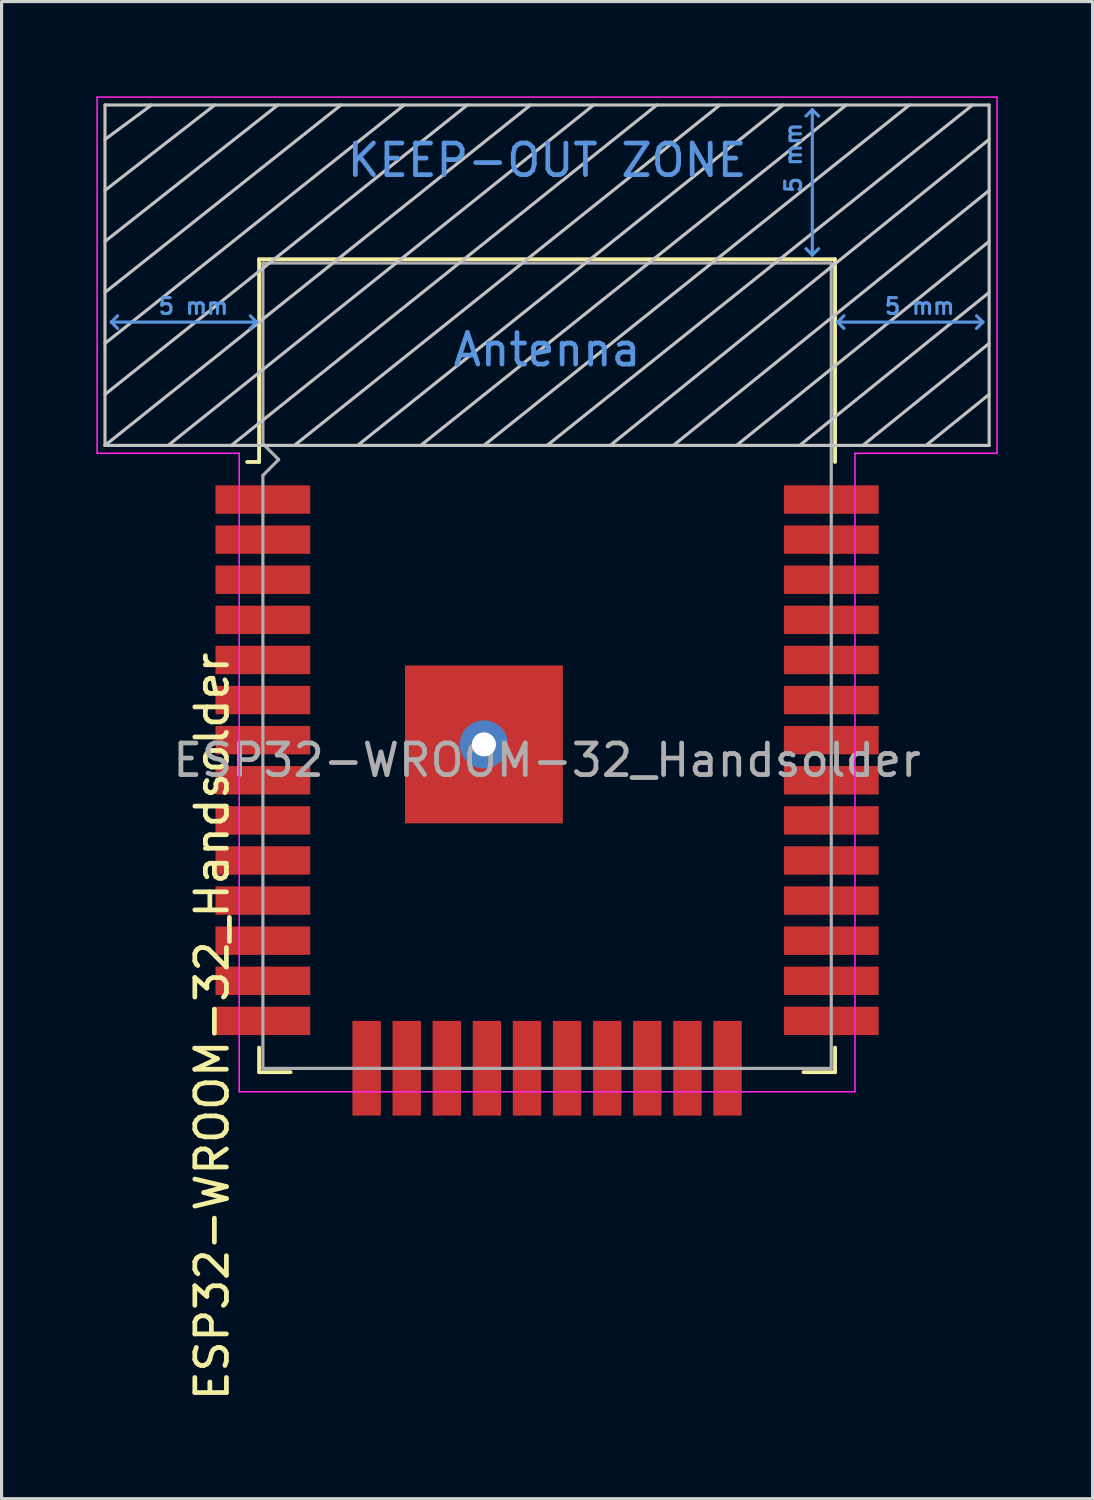
<source format=kicad_pcb>
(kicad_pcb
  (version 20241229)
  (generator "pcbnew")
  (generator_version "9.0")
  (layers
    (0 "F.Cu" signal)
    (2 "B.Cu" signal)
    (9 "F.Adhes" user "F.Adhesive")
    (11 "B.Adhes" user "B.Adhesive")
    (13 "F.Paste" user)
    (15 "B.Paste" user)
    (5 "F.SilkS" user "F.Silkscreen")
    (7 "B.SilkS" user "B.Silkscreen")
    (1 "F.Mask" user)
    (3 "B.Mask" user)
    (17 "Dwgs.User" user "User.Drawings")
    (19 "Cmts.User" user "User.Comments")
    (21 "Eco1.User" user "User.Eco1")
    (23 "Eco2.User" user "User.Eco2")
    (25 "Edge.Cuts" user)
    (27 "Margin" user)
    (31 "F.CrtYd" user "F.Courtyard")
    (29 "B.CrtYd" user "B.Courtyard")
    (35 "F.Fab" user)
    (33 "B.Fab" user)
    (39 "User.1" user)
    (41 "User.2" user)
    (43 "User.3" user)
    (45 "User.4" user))
  (footprint "ESP32-WROOM-32_Handsolder"
    (layer "F.Cu")
    (at 14.275 21.025)
    (property "Reference" "ESP32-WROOM-32_Handsolder" (at -10.61 8.43 90) (layer "F.SilkS") (effects (font (size 1 1) (thickness 0.15))))
    (attr smd)
    (fp_line (start -9.12 -15.865) (end -9.12 -9.445) (stroke (width 0.12) (type solid)) (layer "F.SilkS"))
    (fp_line (start -9.12 -15.865) (end 9.12 -15.865) (stroke (width 0.12) (type solid)) (layer "F.SilkS"))
    (fp_line (start -9.12 -9.445) (end -9.5 -9.445) (stroke (width 0.12) (type solid)) (layer "F.SilkS"))
    (fp_line (start -9.12 9.1) (end -9.12 9.88) (stroke (width 0.12) (type solid)) (layer "F.SilkS"))
    (fp_line (start -9.12 9.88) (end -8.12 9.88) (stroke (width 0.12) (type solid)) (layer "F.SilkS"))
    (fp_line (start 9.12 -15.865) (end 9.12 -9.445) (stroke (width 0.12) (type solid)) (layer "F.SilkS"))
    (fp_line (start 9.12 9.1) (end 9.12 9.88) (stroke (width 0.12) (type solid)) (layer "F.SilkS"))
    (fp_line (start 9.12 9.88) (end 8.12 9.88) (stroke (width 0.12) (type solid)) (layer "F.SilkS"))
    (fp_line (start -14 -9.97) (end -14 -20.75) (stroke (width 0.1) (type solid)) (layer "Dwgs.User"))
    (fp_line (start -12.525 -20.75) (end -14 -19.66) (stroke (width 0.1) (type solid)) (layer "Dwgs.User"))
    (fp_line (start -10.525 -20.75) (end -14 -18.045) (stroke (width 0.1) (type solid)) (layer "Dwgs.User"))
    (fp_line (start -8.525 -20.75) (end -14 -16.43) (stroke (width 0.1) (type solid)) (layer "Dwgs.User"))
    (fp_line (start -8 -9.97) (end 5.475 -20.75) (stroke (width 0.1) (type solid)) (layer "Dwgs.User"))
    (fp_line (start -6.525 -20.75) (end -14 -14.815) (stroke (width 0.1) (type solid)) (layer "Dwgs.User"))
    (fp_line (start -4.525 -20.75) (end -14 -13.2) (stroke (width 0.1) (type solid)) (layer "Dwgs.User"))
    (fp_line (start -2.525 -20.75) (end -14 -11.585) (stroke (width 0.1) (type solid)) (layer "Dwgs.User"))
    (fp_line (start -0.525 -20.75) (end -14 -9.97) (stroke (width 0.1) (type solid)) (layer "Dwgs.User"))
    (fp_line (start 1.475 -20.75) (end -12 -9.97) (stroke (width 0.1) (type solid)) (layer "Dwgs.User"))
    (fp_line (start 3.475 -20.75) (end -10 -9.97) (stroke (width 0.1) (type solid)) (layer "Dwgs.User"))
    (fp_line (start 7.475 -20.75) (end -6 -9.97) (stroke (width 0.1) (type solid)) (layer "Dwgs.User"))
    (fp_line (start 9.475 -20.75) (end -4 -9.97) (stroke (width 0.1) (type solid)) (layer "Dwgs.User"))
    (fp_line (start 11.475 -20.75) (end -2 -9.97) (stroke (width 0.1) (type solid)) (layer "Dwgs.User"))
    (fp_line (start 13.475 -20.75) (end 0 -9.97) (stroke (width 0.1) (type solid)) (layer "Dwgs.User"))
    (fp_line (start 14 -20.75) (end -14 -20.75) (stroke (width 0.1) (type solid)) (layer "Dwgs.User"))
    (fp_line (start 14 -19.66) (end 2 -9.97) (stroke (width 0.1) (type solid)) (layer "Dwgs.User"))
    (fp_line (start 14 -18.045) (end 4 -9.97) (stroke (width 0.1) (type solid)) (layer "Dwgs.User"))
    (fp_line (start 14 -16.43) (end 6 -9.97) (stroke (width 0.1) (type solid)) (layer "Dwgs.User"))
    (fp_line (start 14 -14.815) (end 8 -9.97) (stroke (width 0.1) (type solid)) (layer "Dwgs.User"))
    (fp_line (start 14 -13.2) (end 10 -9.97) (stroke (width 0.1) (type solid)) (layer "Dwgs.User"))
    (fp_line (start 14 -11.585) (end 12 -9.97) (stroke (width 0.1) (type solid)) (layer "Dwgs.User"))
    (fp_line (start 14 -9.97) (end -14 -9.97) (stroke (width 0.1) (type solid)) (layer "Dwgs.User"))
    (fp_line (start 14 -9.97) (end 14 -20.75) (stroke (width 0.1) (type solid)) (layer "Dwgs.User"))
    (fp_line (start -13.8 -13.875) (end -13.6 -14.075) (stroke (width 0.1) (type solid)) (layer "Cmts.User"))
    (fp_line (start -13.8 -13.875) (end -13.6 -13.675) (stroke (width 0.1) (type solid)) (layer "Cmts.User"))
    (fp_line (start -13.8 -13.875) (end -9.2 -13.875) (stroke (width 0.1) (type solid)) (layer "Cmts.User"))
    (fp_line (start -9.2 -13.875) (end -9.4 -14.075) (stroke (width 0.1) (type solid)) (layer "Cmts.User"))
    (fp_line (start -9.2 -13.875) (end -9.4 -13.675) (stroke (width 0.1) (type solid)) (layer "Cmts.User"))
    (fp_line (start 8.4 -20.6) (end 8.2 -20.4) (stroke (width 0.1) (type solid)) (layer "Cmts.User"))
    (fp_line (start 8.4 -20.6) (end 8.6 -20.4) (stroke (width 0.1) (type solid)) (layer "Cmts.User"))
    (fp_line (start 8.4 -16) (end 8.2 -16.2) (stroke (width 0.1) (type solid)) (layer "Cmts.User"))
    (fp_line (start 8.4 -16) (end 8.4 -20.6) (stroke (width 0.1) (type solid)) (layer "Cmts.User"))
    (fp_line (start 8.4 -16) (end 8.6 -16.2) (stroke (width 0.1) (type solid)) (layer "Cmts.User"))
    (fp_line (start 9.2 -13.875) (end 9.4 -14.075) (stroke (width 0.1) (type solid)) (layer "Cmts.User"))
    (fp_line (start 9.2 -13.875) (end 9.4 -13.675) (stroke (width 0.1) (type solid)) (layer "Cmts.User"))
    (fp_line (start 9.2 -13.875) (end 13.8 -13.875) (stroke (width 0.1) (type solid)) (layer "Cmts.User"))
    (fp_line (start 13.8 -13.875) (end 13.6 -14.075) (stroke (width 0.1) (type solid)) (layer "Cmts.User"))
    (fp_line (start 13.8 -13.875) (end 13.6 -13.675) (stroke (width 0.1) (type solid)) (layer "Cmts.User"))
    (fp_line (start -14.25 -21) (end -14.25 -9.72) (stroke (width 0.05) (type solid)) (layer "F.CrtYd"))
    (fp_line (start -14.25 -21) (end 14.25 -21) (stroke (width 0.05) (type solid)) (layer "F.CrtYd"))
    (fp_line (start -14.25 -9.72) (end -9.75 -9.72) (stroke (width 0.05) (type solid)) (layer "F.CrtYd"))
    (fp_line (start -9.75 10.5) (end -9.75 -9.72) (stroke (width 0.05) (type solid)) (layer "F.CrtYd"))
    (fp_line (start -9.75 10.5) (end 9.75 10.5) (stroke (width 0.05) (type solid)) (layer "F.CrtYd"))
    (fp_line (start 9.75 -9.72) (end 9.75 10.5) (stroke (width 0.05) (type solid)) (layer "F.CrtYd"))
    (fp_line (start 9.75 -9.72) (end 14.25 -9.72) (stroke (width 0.05) (type solid)) (layer "F.CrtYd"))
    (fp_line (start 14.25 -21) (end 14.25 -9.72) (stroke (width 0.05) (type solid)) (layer "F.CrtYd"))
    (fp_line (start -9 -15.745) (end -9 -10.02) (stroke (width 0.1) (type solid)) (layer "F.Fab"))
    (fp_line (start -9 -15.745) (end 9 -15.745) (stroke (width 0.1) (type solid)) (layer "F.Fab"))
    (fp_line (start -9 -9.02) (end -9 9.76) (stroke (width 0.1) (type solid)) (layer "F.Fab"))
    (fp_line (start -9 -9.02) (end -8.5 -9.52) (stroke (width 0.1) (type solid)) (layer "F.Fab"))
    (fp_line (start -9 9.76) (end 9 9.76) (stroke (width 0.1) (type solid)) (layer "F.Fab"))
    (fp_line (start -8.5 -9.52) (end -9 -10.02) (stroke (width 0.1) (type solid)) (layer "F.Fab"))
    (fp_line (start 9 9.76) (end 9 -15.745) (stroke (width 0.1) (type solid)) (layer "F.Fab"))
    (fp_text user "5 mm" (at -11.2 -14.375 0) (layer "Cmts.User") (effects (font (size 0.5 0.5) (thickness 0.1))))
    (fp_text user "Antenna" (at 0 -13 0) (layer "Cmts.User") (effects (font (size 1 1) (thickness 0.15))))
    (fp_text user "KEEP-OUT ZONE" (at 0 -19 0) (layer "Cmts.User") (effects (font (size 1 1) (thickness 0.15))))
    (fp_text user "5 mm" (at 7.8 -19.075 90) (layer "Cmts.User") (effects (font (size 0.5 0.5) (thickness 0.1))))
    (fp_text user "5 mm" (at 11.8 -14.375 0) (layer "Cmts.User") (effects (font (size 0.5 0.5) (thickness 0.1))))
    (fp_text user "${REFERENCE}" (at 0 0 0) (layer "F.Fab") (effects (font (size 1 1) (thickness 0.15))))
    (pad "" thru_hole circle (at -2 -0.5) (size 1.524 1.524) (drill 0.762) (layers "*.Cu" "*.Mask"))
    (pad "" smd rect (at -2 -0.5) (size 5 5) (layers "F.Cu" "F.Mask" "F.Paste"))
    (pad "1" smd rect (at -8.5 -8.255) (size 3 0.9) (drill (offset -0.5 0)) (layers "F.Cu" "F.Mask" "F.Paste"))
    (pad "2" smd rect (at -8.5 -6.985) (size 3 0.9) (drill (offset -0.5 0)) (layers "F.Cu" "F.Mask" "F.Paste"))
    (pad "3" smd rect (at -8.5 -5.715) (size 3 0.9) (drill (offset -0.5 0)) (layers "F.Cu" "F.Mask" "F.Paste"))
    (pad "4" smd rect (at -8.5 -4.445) (size 3 0.9) (drill (offset -0.5 0)) (layers "F.Cu" "F.Mask" "F.Paste"))
    (pad "5" smd rect (at -8.5 -3.175) (size 3 0.9) (drill (offset -0.5 0)) (layers "F.Cu" "F.Mask" "F.Paste"))
    (pad "6" smd rect (at -8.5 -1.905) (size 3 0.9) (drill (offset -0.5 0)) (layers "F.Cu" "F.Mask" "F.Paste"))
    (pad "7" smd rect (at -8.5 -0.635) (size 3 0.9) (drill (offset -0.5 0)) (layers "F.Cu" "F.Mask" "F.Paste"))
    (pad "8" smd rect (at -8.5 0.635) (size 3 0.9) (drill (offset -0.5 0)) (layers "F.Cu" "F.Mask" "F.Paste"))
    (pad "9" smd rect (at -8.5 1.905) (size 3 0.9) (drill (offset -0.5 0)) (layers "F.Cu" "F.Mask" "F.Paste"))
    (pad "10" smd rect (at -8.5 3.175) (size 3 0.9) (drill (offset -0.5 0)) (layers "F.Cu" "F.Mask" "F.Paste"))
    (pad "11" smd rect (at -8.5 4.445) (size 3 0.9) (drill (offset -0.5 0)) (layers "F.Cu" "F.Mask" "F.Paste"))
    (pad "12" smd rect (at -8.5 5.715) (size 3 0.9) (drill (offset -0.5 0)) (layers "F.Cu" "F.Mask" "F.Paste"))
    (pad "13" smd rect (at -8.5 6.985) (size 3 0.9) (drill (offset -0.5 0)) (layers "F.Cu" "F.Mask" "F.Paste"))
    (pad "14" smd rect (at -8.5 8.255) (size 3 0.9) (drill (offset -0.5 0)) (layers "F.Cu" "F.Mask" "F.Paste"))
    (pad "15" smd rect (at -5.715 9.255 90) (size 3 0.9) (drill (offset -0.5 0)) (layers "F.Cu" "F.Mask" "F.Paste"))
    (pad "16" smd rect (at -4.445 9.255 90) (size 3 0.9) (drill (offset -0.5 0)) (layers "F.Cu" "F.Mask" "F.Paste"))
    (pad "17" smd rect (at -3.175 9.255 90) (size 3 0.9) (drill (offset -0.5 0)) (layers "F.Cu" "F.Mask" "F.Paste"))
    (pad "18" smd rect (at -1.905 9.255 90) (size 3 0.9) (drill (offset -0.5 0)) (layers "F.Cu" "F.Mask" "F.Paste"))
    (pad "19" smd rect (at -0.635 9.255 90) (size 3 0.9) (drill (offset -0.5 0)) (layers "F.Cu" "F.Mask" "F.Paste"))
    (pad "20" smd rect (at 0.635 9.255 90) (size 3 0.9) (drill (offset -0.5 0)) (layers "F.Cu" "F.Mask" "F.Paste"))
    (pad "21" smd rect (at 1.905 9.255 90) (size 3 0.9) (drill (offset -0.5 0)) (layers "F.Cu" "F.Mask" "F.Paste"))
    (pad "22" smd rect (at 3.175 9.255 90) (size 3 0.9) (drill (offset -0.5 0)) (layers "F.Cu" "F.Mask" "F.Paste"))
    (pad "23" smd rect (at 4.445 9.255 90) (size 3 0.9) (drill (offset -0.5 0)) (layers "F.Cu" "F.Mask" "F.Paste"))
    (pad "24" smd rect (at 5.715 9.255 90) (size 3 0.9) (drill (offset -0.5 0)) (layers "F.Cu" "F.Mask" "F.Paste"))
    (pad "25" smd rect (at 8.5 8.255) (size 3 0.9) (drill (offset 0.5 0)) (layers "F.Cu" "F.Mask" "F.Paste"))
    (pad "26" smd rect (at 8.5 6.985) (size 3 0.9) (drill (offset 0.5 0)) (layers "F.Cu" "F.Mask" "F.Paste"))
    (pad "27" smd rect (at 8.5 5.715) (size 3 0.9) (drill (offset 0.5 0)) (layers "F.Cu" "F.Mask" "F.Paste"))
    (pad "28" smd rect (at 8.5 4.445) (size 3 0.9) (drill (offset 0.5 0)) (layers "F.Cu" "F.Mask" "F.Paste"))
    (pad "29" smd rect (at 8.5 3.175) (size 3 0.9) (drill (offset 0.5 0)) (layers "F.Cu" "F.Mask" "F.Paste"))
    (pad "30" smd rect (at 8.5 1.905) (size 3 0.9) (drill (offset 0.5 0)) (layers "F.Cu" "F.Mask" "F.Paste"))
    (pad "31" smd rect (at 8.5 0.635) (size 3 0.9) (drill (offset 0.5 0)) (layers "F.Cu" "F.Mask" "F.Paste"))
    (pad "32" smd rect (at 8.5 -0.635) (size 3 0.9) (drill (offset 0.5 0)) (layers "F.Cu" "F.Mask" "F.Paste"))
    (pad "33" smd rect (at 8.5 -1.905) (size 3 0.9) (drill (offset 0.5 0)) (layers "F.Cu" "F.Mask" "F.Paste"))
    (pad "34" smd rect (at 8.5 -3.175) (size 3 0.9) (drill (offset 0.5 0)) (layers "F.Cu" "F.Mask" "F.Paste"))
    (pad "35" smd rect (at 8.5 -4.445) (size 3 0.9) (drill (offset 0.5 0)) (layers "F.Cu" "F.Mask" "F.Paste"))
    (pad "36" smd rect (at 8.5 -5.715) (size 3 0.9) (drill (offset 0.5 0)) (layers "F.Cu" "F.Mask" "F.Paste"))
    (pad "37" smd rect (at 8.5 -6.985) (size 3 0.9) (drill (offset 0.5 0)) (layers "F.Cu" "F.Mask" "F.Paste"))
    (pad "38" smd rect (at 8.5 -8.255) (size 3 0.9) (drill (offset 0.5 0)) (layers "F.Cu" "F.Mask" "F.Paste")))
  (gr_rect
    (start -3 -3)
    (end 31.55 44.413)
    (stroke (width 0.1) (type default))
    (fill no)
    (layer "Edge.Cuts")))
</source>
